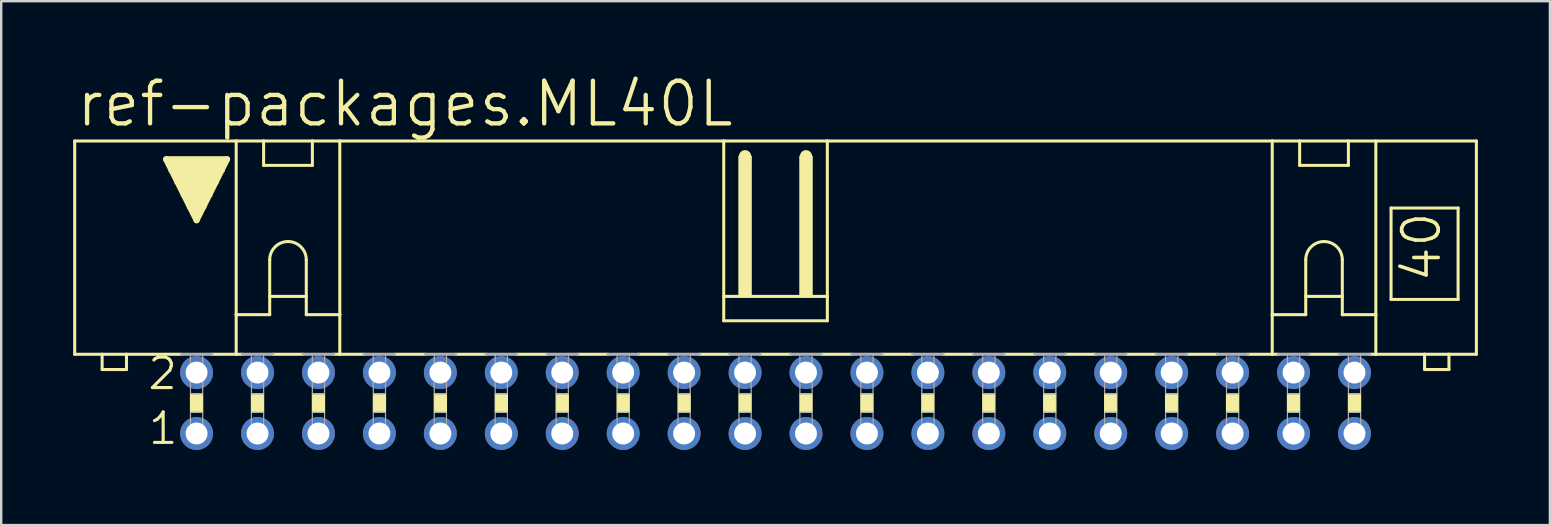
<source format=kicad_pcb>
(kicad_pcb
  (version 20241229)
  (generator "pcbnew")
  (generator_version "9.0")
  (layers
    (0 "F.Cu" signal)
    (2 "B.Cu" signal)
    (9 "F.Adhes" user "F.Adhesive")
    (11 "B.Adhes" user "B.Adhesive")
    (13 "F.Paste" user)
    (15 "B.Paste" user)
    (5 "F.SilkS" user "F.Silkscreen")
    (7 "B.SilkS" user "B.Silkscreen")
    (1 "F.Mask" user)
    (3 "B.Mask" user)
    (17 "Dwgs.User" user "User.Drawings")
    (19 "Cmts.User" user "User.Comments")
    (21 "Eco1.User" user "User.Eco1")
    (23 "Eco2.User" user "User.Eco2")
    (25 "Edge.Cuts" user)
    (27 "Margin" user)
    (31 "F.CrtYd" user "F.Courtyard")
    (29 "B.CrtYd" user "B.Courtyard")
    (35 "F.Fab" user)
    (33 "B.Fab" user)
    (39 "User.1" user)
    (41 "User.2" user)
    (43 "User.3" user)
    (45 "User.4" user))
  (footprint "ref-packages.ML40L"
    (layer "F.Cu")
    (at 29.273 13.748)
    (property "Reference" "ref-packages.ML40L" (at -29.235 -11.43 0) (layer "F.SilkS") (effects (font (size 1.778 1.778) (thickness 0.18)) (justify left bottom)))
    (attr through_hole)
    (fp_line (start -29.21 -2.032) (end -29.21 -10.922) (stroke (width 0.127) (type default)) (layer "F.SilkS"))
    (fp_line (start -29.21 -2.032) (end -28.067 -2.032) (stroke (width 0.127) (type default)) (layer "F.SilkS"))
    (fp_line (start -28.067 -2.032) (end -28.067 -1.397) (stroke (width 0.127) (type default)) (layer "F.SilkS"))
    (fp_line (start -28.067 -2.032) (end -27.051 -2.032) (stroke (width 0.127) (type default)) (layer "F.SilkS"))
    (fp_line (start -27.051 -2.032) (end -24.765 -2.032) (stroke (width 0.127) (type default)) (layer "F.SilkS"))
    (fp_line (start -27.051 -1.397) (end -28.067 -1.397) (stroke (width 0.127) (type default)) (layer "F.SilkS"))
    (fp_line (start -27.051 -1.397) (end -27.051 -2.032) (stroke (width 0.127) (type default)) (layer "F.SilkS"))
    (fp_line (start -25.4 -10.16) (end -22.86 -10.16) (stroke (width 0.254) (type default)) (layer "F.SilkS"))
    (fp_line (start -24.13 -7.62) (end -25.4 -10.16) (stroke (width 0.254) (type default)) (layer "F.SilkS"))
    (fp_line (start -23.495 -2.032) (end -22.479 -2.032) (stroke (width 0.127) (type default)) (layer "F.SilkS"))
    (fp_line (start -22.86 -10.16) (end -24.13 -7.62) (stroke (width 0.254) (type default)) (layer "F.SilkS"))
    (fp_line (start -22.479 -10.922) (end -29.21 -10.922) (stroke (width 0.127) (type default)) (layer "F.SilkS"))
    (fp_line (start -22.479 -10.922) (end -21.336 -10.922) (stroke (width 0.127) (type default)) (layer "F.SilkS"))
    (fp_line (start -22.479 -3.683) (end -22.479 -10.922) (stroke (width 0.127) (type default)) (layer "F.SilkS"))
    (fp_line (start -22.479 -3.683) (end -22.479 -2.032) (stroke (width 0.127) (type default)) (layer "F.SilkS"))
    (fp_line (start -22.479 -3.683) (end -21.082 -3.683) (stroke (width 0.127) (type default)) (layer "F.SilkS"))
    (fp_line (start -22.479 -2.032) (end -22.225 -2.032) (stroke (width 0.127) (type default)) (layer "F.SilkS"))
    (fp_line (start -21.336 -10.922) (end -19.304 -10.922) (stroke (width 0.127) (type default)) (layer "F.SilkS"))
    (fp_line (start -21.336 -9.906) (end -21.336 -10.922) (stroke (width 0.127) (type default)) (layer "F.SilkS"))
    (fp_line (start -21.336 -9.906) (end -19.304 -9.906) (stroke (width 0.127) (type default)) (layer "F.SilkS"))
    (fp_line (start -21.082 -5.969) (end -21.082 -4.445) (stroke (width 0.127) (type default)) (layer "F.SilkS"))
    (fp_line (start -21.082 -4.445) (end -21.082 -3.683) (stroke (width 0.127) (type default)) (layer "F.SilkS"))
    (fp_line (start -21.082 -4.445) (end -19.558 -4.445) (stroke (width 0.127) (type default)) (layer "F.SilkS"))
    (fp_line (start -20.955 -2.032) (end -19.685 -2.032) (stroke (width 0.127) (type default)) (layer "F.SilkS"))
    (fp_line (start -19.558 -5.969) (end -19.558 -4.445) (stroke (width 0.127) (type default)) (layer "F.SilkS"))
    (fp_line (start -19.558 -4.445) (end -19.558 -3.683) (stroke (width 0.127) (type default)) (layer "F.SilkS"))
    (fp_line (start -19.558 -3.683) (end -18.161 -3.683) (stroke (width 0.127) (type default)) (layer "F.SilkS"))
    (fp_line (start -19.304 -10.922) (end -19.304 -9.906) (stroke (width 0.127) (type default)) (layer "F.SilkS"))
    (fp_line (start -19.304 -10.922) (end -18.161 -10.922) (stroke (width 0.127) (type default)) (layer "F.SilkS"))
    (fp_line (start -18.415 -2.032) (end -18.161 -2.032) (stroke (width 0.127) (type default)) (layer "F.SilkS"))
    (fp_line (start -18.161 -10.922) (end -2.159 -10.922) (stroke (width 0.127) (type default)) (layer "F.SilkS"))
    (fp_line (start -18.161 -3.683) (end -18.161 -10.922) (stroke (width 0.127) (type default)) (layer "F.SilkS"))
    (fp_line (start -18.161 -3.683) (end -18.161 -2.032) (stroke (width 0.127) (type default)) (layer "F.SilkS"))
    (fp_line (start -18.161 -2.032) (end -17.145 -2.032) (stroke (width 0.127) (type default)) (layer "F.SilkS"))
    (fp_line (start -15.875 -2.032) (end -14.605 -2.032) (stroke (width 0.127) (type default)) (layer "F.SilkS"))
    (fp_line (start -13.335 -2.032) (end -12.065 -2.032) (stroke (width 0.127) (type default)) (layer "F.SilkS"))
    (fp_line (start -10.795 -2.032) (end -9.525 -2.032) (stroke (width 0.127) (type default)) (layer "F.SilkS"))
    (fp_line (start -8.255 -2.032) (end -6.985 -2.032) (stroke (width 0.127) (type default)) (layer "F.SilkS"))
    (fp_line (start -5.715 -2.032) (end -4.445 -2.032) (stroke (width 0.127) (type default)) (layer "F.SilkS"))
    (fp_line (start -3.175 -2.032) (end -1.905 -2.032) (stroke (width 0.127) (type default)) (layer "F.SilkS"))
    (fp_line (start -2.159 -10.922) (end -2.159 -4.445) (stroke (width 0.127) (type default)) (layer "F.SilkS"))
    (fp_line (start -2.159 -10.922) (end 2.159 -10.922) (stroke (width 0.127) (type default)) (layer "F.SilkS"))
    (fp_line (start -2.159 -4.445) (end -2.159 -3.429) (stroke (width 0.127) (type default)) (layer "F.SilkS"))
    (fp_line (start -1.27 -10.033) (end -1.27 -10.287) (stroke (width 0.508) (type default)) (layer "F.SilkS"))
    (fp_line (start -0.635 -2.032) (end 0.635 -2.032) (stroke (width 0.127) (type default)) (layer "F.SilkS"))
    (fp_line (start 1.27 -10.033) (end 1.27 -10.287) (stroke (width 0.508) (type default)) (layer "F.SilkS"))
    (fp_line (start 1.905 -2.032) (end 3.175 -2.032) (stroke (width 0.127) (type default)) (layer "F.SilkS"))
    (fp_line (start 2.159 -10.922) (end 2.159 -4.445) (stroke (width 0.127) (type default)) (layer "F.SilkS"))
    (fp_line (start 2.159 -10.922) (end 20.701 -10.922) (stroke (width 0.127) (type default)) (layer "F.SilkS"))
    (fp_line (start 2.159 -4.445) (end -2.159 -4.445) (stroke (width 0.127) (type default)) (layer "F.SilkS"))
    (fp_line (start 2.159 -4.445) (end 2.159 -3.429) (stroke (width 0.127) (type default)) (layer "F.SilkS"))
    (fp_line (start 2.159 -3.429) (end -2.159 -3.429) (stroke (width 0.127) (type default)) (layer "F.SilkS"))
    (fp_line (start 4.445 -2.032) (end 5.715 -2.032) (stroke (width 0.127) (type default)) (layer "F.SilkS"))
    (fp_line (start 6.985 -2.032) (end 8.255 -2.032) (stroke (width 0.127) (type default)) (layer "F.SilkS"))
    (fp_line (start 9.525 -2.032) (end 10.795 -2.032) (stroke (width 0.127) (type default)) (layer "F.SilkS"))
    (fp_line (start 12.065 -2.032) (end 13.335 -2.032) (stroke (width 0.127) (type default)) (layer "F.SilkS"))
    (fp_line (start 14.605 -2.032) (end 15.875 -2.032) (stroke (width 0.127) (type default)) (layer "F.SilkS"))
    (fp_line (start 17.145 -2.032) (end 18.415 -2.032) (stroke (width 0.127) (type default)) (layer "F.SilkS"))
    (fp_line (start 19.685 -2.032) (end 20.701 -2.032) (stroke (width 0.127) (type default)) (layer "F.SilkS"))
    (fp_line (start 20.701 -10.922) (end 29.21 -10.922) (stroke (width 0.127) (type default)) (layer "F.SilkS"))
    (fp_line (start 20.701 -3.683) (end 20.701 -10.922) (stroke (width 0.127) (type default)) (layer "F.SilkS"))
    (fp_line (start 20.701 -3.683) (end 20.701 -2.032) (stroke (width 0.127) (type default)) (layer "F.SilkS"))
    (fp_line (start 20.701 -3.683) (end 22.098 -3.683) (stroke (width 0.127) (type default)) (layer "F.SilkS"))
    (fp_line (start 20.701 -2.032) (end 20.955 -2.032) (stroke (width 0.127) (type default)) (layer "F.SilkS"))
    (fp_line (start 21.844 -9.906) (end 21.844 -10.922) (stroke (width 0.127) (type default)) (layer "F.SilkS"))
    (fp_line (start 21.844 -9.906) (end 23.876 -9.906) (stroke (width 0.127) (type default)) (layer "F.SilkS"))
    (fp_line (start 22.098 -5.969) (end 22.098 -4.445) (stroke (width 0.127) (type default)) (layer "F.SilkS"))
    (fp_line (start 22.098 -4.445) (end 22.098 -3.683) (stroke (width 0.127) (type default)) (layer "F.SilkS"))
    (fp_line (start 22.098 -4.445) (end 23.622 -4.445) (stroke (width 0.127) (type default)) (layer "F.SilkS"))
    (fp_line (start 22.225 -2.032) (end 23.495 -2.032) (stroke (width 0.127) (type default)) (layer "F.SilkS"))
    (fp_line (start 23.622 -5.969) (end 23.622 -4.445) (stroke (width 0.127) (type default)) (layer "F.SilkS"))
    (fp_line (start 23.622 -4.445) (end 23.622 -3.683) (stroke (width 0.127) (type default)) (layer "F.SilkS"))
    (fp_line (start 23.622 -3.683) (end 25.019 -3.683) (stroke (width 0.127) (type default)) (layer "F.SilkS"))
    (fp_line (start 23.876 -10.922) (end 23.876 -9.906) (stroke (width 0.127) (type default)) (layer "F.SilkS"))
    (fp_line (start 25.019 -3.683) (end 25.019 -10.922) (stroke (width 0.127) (type default)) (layer "F.SilkS"))
    (fp_line (start 25.019 -3.683) (end 25.019 -2.032) (stroke (width 0.127) (type default)) (layer "F.SilkS"))
    (fp_line (start 25.019 -2.032) (end 24.765 -2.032) (stroke (width 0.127) (type default)) (layer "F.SilkS"))
    (fp_line (start 25.654 -8.128) (end 25.654 -4.318) (stroke (width 0.127) (type default)) (layer "F.SilkS"))
    (fp_line (start 25.654 -8.128) (end 28.448 -8.128) (stroke (width 0.127) (type default)) (layer "F.SilkS"))
    (fp_line (start 25.654 -4.318) (end 28.448 -4.318) (stroke (width 0.127) (type default)) (layer "F.SilkS"))
    (fp_line (start 27.051 -2.032) (end 25.019 -2.032) (stroke (width 0.127) (type default)) (layer "F.SilkS"))
    (fp_line (start 27.051 -2.032) (end 27.051 -1.397) (stroke (width 0.127) (type default)) (layer "F.SilkS"))
    (fp_line (start 28.067 -2.032) (end 27.051 -2.032) (stroke (width 0.127) (type default)) (layer "F.SilkS"))
    (fp_line (start 28.067 -1.397) (end 27.051 -1.397) (stroke (width 0.127) (type default)) (layer "F.SilkS"))
    (fp_line (start 28.067 -1.397) (end 28.067 -2.032) (stroke (width 0.127) (type default)) (layer "F.SilkS"))
    (fp_line (start 28.448 -4.318) (end 28.448 -8.128) (stroke (width 0.127) (type default)) (layer "F.SilkS"))
    (fp_line (start 29.21 -2.032) (end 28.067 -2.032) (stroke (width 0.127) (type default)) (layer "F.SilkS"))
    (fp_line (start 29.21 -2.032) (end 29.21 -10.922) (stroke (width 0.127) (type default)) (layer "F.SilkS"))
    (fp_rect (start -25.273 -9.652) (end -22.987 -10.16) (stroke (width 0.05) (type default)) (fill yes) (layer "F.SilkS"))
    (fp_rect (start -25.019 -9.144) (end -23.241 -9.652) (stroke (width 0.05) (type default)) (fill yes) (layer "F.SilkS"))
    (fp_rect (start -24.765 -8.636) (end -23.495 -9.144) (stroke (width 0.05) (type default)) (fill yes) (layer "F.SilkS"))
    (fp_rect (start -24.511 -8.128) (end -23.749 -8.636) (stroke (width 0.05) (type default)) (fill yes) (layer "F.SilkS"))
    (fp_rect (start -24.384 0.381) (end -23.876 -0.381) (stroke (width 0.05) (type default)) (fill yes) (layer "F.SilkS"))
    (fp_rect (start -24.257 -7.874) (end -24.003 -8.128) (stroke (width 0.05) (type default)) (fill yes) (layer "F.SilkS"))
    (fp_rect (start -21.844 0.381) (end -21.336 -0.381) (stroke (width 0.05) (type default)) (fill yes) (layer "F.SilkS"))
    (fp_rect (start -19.304 0.381) (end -18.796 -0.381) (stroke (width 0.05) (type default)) (fill yes) (layer "F.SilkS"))
    (fp_rect (start -16.764 0.381) (end -16.256 -0.381) (stroke (width 0.05) (type default)) (fill yes) (layer "F.SilkS"))
    (fp_rect (start -14.224 0.381) (end -13.716 -0.381) (stroke (width 0.05) (type default)) (fill yes) (layer "F.SilkS"))
    (fp_rect (start -11.684 0.381) (end -11.176 -0.381) (stroke (width 0.05) (type default)) (fill yes) (layer "F.SilkS"))
    (fp_rect (start -9.144 0.381) (end -8.636 -0.381) (stroke (width 0.05) (type default)) (fill yes) (layer "F.SilkS"))
    (fp_rect (start -6.604 0.381) (end -6.096 -0.381) (stroke (width 0.05) (type default)) (fill yes) (layer "F.SilkS"))
    (fp_rect (start -4.064 0.381) (end -3.556 -0.381) (stroke (width 0.05) (type default)) (fill yes) (layer "F.SilkS"))
    (fp_rect (start -1.524 -4.445) (end -1.016 -10.287) (stroke (width 0.05) (type default)) (fill yes) (layer "F.SilkS"))
    (fp_rect (start -1.524 0.381) (end -1.016 -0.381) (stroke (width 0.05) (type default)) (fill yes) (layer "F.SilkS"))
    (fp_rect (start 1.016 -4.445) (end 1.524 -10.287) (stroke (width 0.05) (type default)) (fill yes) (layer "F.SilkS"))
    (fp_rect (start 1.016 0.381) (end 1.524 -0.381) (stroke (width 0.05) (type default)) (fill yes) (layer "F.SilkS"))
    (fp_rect (start 3.556 0.381) (end 4.064 -0.381) (stroke (width 0.05) (type default)) (fill yes) (layer "F.SilkS"))
    (fp_rect (start 6.096 0.381) (end 6.604 -0.381) (stroke (width 0.05) (type default)) (fill yes) (layer "F.SilkS"))
    (fp_rect (start 8.636 0.381) (end 9.144 -0.381) (stroke (width 0.05) (type default)) (fill yes) (layer "F.SilkS"))
    (fp_rect (start 11.176 0.381) (end 11.684 -0.381) (stroke (width 0.05) (type default)) (fill yes) (layer "F.SilkS"))
    (fp_rect (start 13.716 0.381) (end 14.224 -0.381) (stroke (width 0.05) (type default)) (fill yes) (layer "F.SilkS"))
    (fp_rect (start 16.256 0.381) (end 16.764 -0.381) (stroke (width 0.05) (type default)) (fill yes) (layer "F.SilkS"))
    (fp_rect (start 18.796 0.381) (end 19.304 -0.381) (stroke (width 0.05) (type default)) (fill yes) (layer "F.SilkS"))
    (fp_rect (start 21.336 0.381) (end 21.844 -0.381) (stroke (width 0.05) (type default)) (fill yes) (layer "F.SilkS"))
    (fp_rect (start 23.876 0.381) (end 24.384 -0.381) (stroke (width 0.05) (type default)) (fill yes) (layer "F.SilkS"))
    (fp_arc (start -21.082 -5.969) (mid -20.32 -6.731) (end -19.558 -5.969) (stroke (width 0.127) (type default)) (layer "F.SilkS"))
    (fp_arc (start 22.098 -5.969) (mid 22.86 -6.731) (end 23.622 -5.969) (stroke (width 0.127) (type default)) (layer "F.SilkS"))
    (fp_line (start -24.765 -2.032) (end -23.495 -2.032) (stroke (width 0.127) (type default)) (layer "F.Fab"))
    (fp_line (start -22.225 -2.032) (end -20.955 -2.032) (stroke (width 0.127) (type default)) (layer "F.Fab"))
    (fp_line (start -19.685 -2.032) (end -18.415 -2.032) (stroke (width 0.127) (type default)) (layer "F.Fab"))
    (fp_line (start -17.145 -2.032) (end -15.875 -2.032) (stroke (width 0.127) (type default)) (layer "F.Fab"))
    (fp_line (start -14.605 -2.032) (end -13.335 -2.032) (stroke (width 0.127) (type default)) (layer "F.Fab"))
    (fp_line (start -12.065 -2.032) (end -10.795 -2.032) (stroke (width 0.127) (type default)) (layer "F.Fab"))
    (fp_line (start -9.525 -2.032) (end -8.255 -2.032) (stroke (width 0.127) (type default)) (layer "F.Fab"))
    (fp_line (start -6.985 -2.032) (end -5.715 -2.032) (stroke (width 0.127) (type default)) (layer "F.Fab"))
    (fp_line (start -4.445 -2.032) (end -3.175 -2.032) (stroke (width 0.127) (type default)) (layer "F.Fab"))
    (fp_line (start -1.905 -2.032) (end -0.635 -2.032) (stroke (width 0.127) (type default)) (layer "F.Fab"))
    (fp_line (start 0.635 -2.032) (end 1.905 -2.032) (stroke (width 0.127) (type default)) (layer "F.Fab"))
    (fp_line (start 3.175 -2.032) (end 4.445 -2.032) (stroke (width 0.127) (type default)) (layer "F.Fab"))
    (fp_line (start 5.715 -2.032) (end 6.985 -2.032) (stroke (width 0.127) (type default)) (layer "F.Fab"))
    (fp_line (start 8.255 -2.032) (end 9.525 -2.032) (stroke (width 0.127) (type default)) (layer "F.Fab"))
    (fp_line (start 10.795 -2.032) (end 12.065 -2.032) (stroke (width 0.127) (type default)) (layer "F.Fab"))
    (fp_line (start 13.335 -2.032) (end 14.605 -2.032) (stroke (width 0.127) (type default)) (layer "F.Fab"))
    (fp_line (start 15.875 -2.032) (end 17.145 -2.032) (stroke (width 0.127) (type default)) (layer "F.Fab"))
    (fp_line (start 19.685 -2.032) (end 18.415 -2.032) (stroke (width 0.127) (type default)) (layer "F.Fab"))
    (fp_line (start 22.225 -2.032) (end 20.955 -2.032) (stroke (width 0.127) (type default)) (layer "F.Fab"))
    (fp_line (start 24.765 -2.032) (end 23.495 -2.032) (stroke (width 0.127) (type default)) (layer "F.Fab"))
    (fp_rect (start -24.384 -0.381) (end -23.876 -2.032) (stroke (width 0.05) (type default)) (fill no) (layer "F.Fab"))
    (fp_rect (start -24.384 1.524) (end -23.876 0.381) (stroke (width 0.05) (type default)) (fill no) (layer "F.Fab"))
    (fp_rect (start -21.844 -0.381) (end -21.336 -2.032) (stroke (width 0.05) (type default)) (fill no) (layer "F.Fab"))
    (fp_rect (start -21.844 1.524) (end -21.336 0.381) (stroke (width 0.05) (type default)) (fill no) (layer "F.Fab"))
    (fp_rect (start -19.304 -0.381) (end -18.796 -2.032) (stroke (width 0.05) (type default)) (fill no) (layer "F.Fab"))
    (fp_rect (start -19.304 1.524) (end -18.796 0.381) (stroke (width 0.05) (type default)) (fill no) (layer "F.Fab"))
    (fp_rect (start -16.764 -0.381) (end -16.256 -2.032) (stroke (width 0.05) (type default)) (fill no) (layer "F.Fab"))
    (fp_rect (start -16.764 1.524) (end -16.256 0.381) (stroke (width 0.05) (type default)) (fill no) (layer "F.Fab"))
    (fp_rect (start -14.224 -0.381) (end -13.716 -2.032) (stroke (width 0.05) (type default)) (fill no) (layer "F.Fab"))
    (fp_rect (start -14.224 1.524) (end -13.716 0.381) (stroke (width 0.05) (type default)) (fill no) (layer "F.Fab"))
    (fp_rect (start -11.684 -0.381) (end -11.176 -2.032) (stroke (width 0.05) (type default)) (fill no) (layer "F.Fab"))
    (fp_rect (start -11.684 1.524) (end -11.176 0.381) (stroke (width 0.05) (type default)) (fill no) (layer "F.Fab"))
    (fp_rect (start -9.144 -0.381) (end -8.636 -2.032) (stroke (width 0.05) (type default)) (fill no) (layer "F.Fab"))
    (fp_rect (start -9.144 1.524) (end -8.636 0.381) (stroke (width 0.05) (type default)) (fill no) (layer "F.Fab"))
    (fp_rect (start -6.604 -0.381) (end -6.096 -2.032) (stroke (width 0.05) (type default)) (fill no) (layer "F.Fab"))
    (fp_rect (start -6.604 1.524) (end -6.096 0.381) (stroke (width 0.05) (type default)) (fill no) (layer "F.Fab"))
    (fp_rect (start -4.064 -0.381) (end -3.556 -2.032) (stroke (width 0.05) (type default)) (fill no) (layer "F.Fab"))
    (fp_rect (start -4.064 1.524) (end -3.556 0.381) (stroke (width 0.05) (type default)) (fill no) (layer "F.Fab"))
    (fp_rect (start -1.524 -0.381) (end -1.016 -2.032) (stroke (width 0.05) (type default)) (fill no) (layer "F.Fab"))
    (fp_rect (start -1.524 1.524) (end -1.016 0.381) (stroke (width 0.05) (type default)) (fill no) (layer "F.Fab"))
    (fp_rect (start 1.016 -0.381) (end 1.524 -2.032) (stroke (width 0.05) (type default)) (fill no) (layer "F.Fab"))
    (fp_rect (start 1.016 1.524) (end 1.524 0.381) (stroke (width 0.05) (type default)) (fill no) (layer "F.Fab"))
    (fp_rect (start 3.556 -0.381) (end 4.064 -2.032) (stroke (width 0.05) (type default)) (fill no) (layer "F.Fab"))
    (fp_rect (start 3.556 1.524) (end 4.064 0.381) (stroke (width 0.05) (type default)) (fill no) (layer "F.Fab"))
    (fp_rect (start 6.096 -0.381) (end 6.604 -2.032) (stroke (width 0.05) (type default)) (fill no) (layer "F.Fab"))
    (fp_rect (start 6.096 1.524) (end 6.604 0.381) (stroke (width 0.05) (type default)) (fill no) (layer "F.Fab"))
    (fp_rect (start 8.636 -0.381) (end 9.144 -2.032) (stroke (width 0.05) (type default)) (fill no) (layer "F.Fab"))
    (fp_rect (start 8.636 1.524) (end 9.144 0.381) (stroke (width 0.05) (type default)) (fill no) (layer "F.Fab"))
    (fp_rect (start 11.176 -0.381) (end 11.684 -2.032) (stroke (width 0.05) (type default)) (fill no) (layer "F.Fab"))
    (fp_rect (start 11.176 1.524) (end 11.684 0.381) (stroke (width 0.05) (type default)) (fill no) (layer "F.Fab"))
    (fp_rect (start 13.716 -0.381) (end 14.224 -2.032) (stroke (width 0.05) (type default)) (fill no) (layer "F.Fab"))
    (fp_rect (start 13.716 1.524) (end 14.224 0.381) (stroke (width 0.05) (type default)) (fill no) (layer "F.Fab"))
    (fp_rect (start 16.256 -0.381) (end 16.764 -2.032) (stroke (width 0.05) (type default)) (fill no) (layer "F.Fab"))
    (fp_rect (start 16.256 1.524) (end 16.764 0.381) (stroke (width 0.05) (type default)) (fill no) (layer "F.Fab"))
    (fp_rect (start 18.796 -0.381) (end 19.304 -2.032) (stroke (width 0.05) (type default)) (fill no) (layer "F.Fab"))
    (fp_rect (start 18.796 1.524) (end 19.304 0.381) (stroke (width 0.05) (type default)) (fill no) (layer "F.Fab"))
    (fp_rect (start 21.336 -0.381) (end 21.844 -2.032) (stroke (width 0.05) (type default)) (fill no) (layer "F.Fab"))
    (fp_rect (start 21.336 1.524) (end 21.844 0.381) (stroke (width 0.05) (type default)) (fill no) (layer "F.Fab"))
    (fp_rect (start 23.876 -0.381) (end 24.384 -2.032) (stroke (width 0.05) (type default)) (fill no) (layer "F.Fab"))
    (fp_rect (start 23.876 1.524) (end 24.384 0.381) (stroke (width 0.05) (type default)) (fill no) (layer "F.Fab"))
    (fp_text user "1" (at -26.213 1.803 0) (layer "F.SilkS") (effects (font (size 1.27 1.27) (thickness 0.13)) (justify left bottom)))
    (fp_text user "2" (at -26.238 -0.483 0) (layer "F.SilkS") (effects (font (size 1.27 1.27) (thickness 0.13)) (justify left bottom)))
    (fp_text user "40" (at 27.813 -4.953 90) (layer "F.SilkS") (effects (font (size 1.524 1.524) (thickness 0.15)) (justify left bottom)))
    (pad "1" thru_hole circle (at -24.13 1.27) (size 1.372 1.372) (drill 0.914) (layers "*.Cu" "*.Mask"))
    (pad "2" thru_hole circle (at -24.13 -1.27) (size 1.372 1.372) (drill 0.914) (layers "*.Cu" "*.Mask"))
    (pad "3" thru_hole circle (at -21.59 1.27) (size 1.372 1.372) (drill 0.914) (layers "*.Cu" "*.Mask"))
    (pad "4" thru_hole circle (at -21.59 -1.27) (size 1.372 1.372) (drill 0.914) (layers "*.Cu" "*.Mask"))
    (pad "5" thru_hole circle (at -19.05 1.27) (size 1.372 1.372) (drill 0.914) (layers "*.Cu" "*.Mask"))
    (pad "6" thru_hole circle (at -19.05 -1.27) (size 1.372 1.372) (drill 0.914) (layers "*.Cu" "*.Mask"))
    (pad "7" thru_hole circle (at -16.51 1.27) (size 1.372 1.372) (drill 0.914) (layers "*.Cu" "*.Mask"))
    (pad "8" thru_hole circle (at -16.51 -1.27) (size 1.372 1.372) (drill 0.914) (layers "*.Cu" "*.Mask"))
    (pad "9" thru_hole circle (at -13.97 1.27) (size 1.372 1.372) (drill 0.914) (layers "*.Cu" "*.Mask"))
    (pad "10" thru_hole circle (at -13.97 -1.27) (size 1.372 1.372) (drill 0.914) (layers "*.Cu" "*.Mask"))
    (pad "11" thru_hole circle (at -11.43 1.27) (size 1.372 1.372) (drill 0.914) (layers "*.Cu" "*.Mask"))
    (pad "12" thru_hole circle (at -11.43 -1.27) (size 1.372 1.372) (drill 0.914) (layers "*.Cu" "*.Mask"))
    (pad "13" thru_hole circle (at -8.89 1.27) (size 1.372 1.372) (drill 0.914) (layers "*.Cu" "*.Mask"))
    (pad "14" thru_hole circle (at -8.89 -1.27) (size 1.372 1.372) (drill 0.914) (layers "*.Cu" "*.Mask"))
    (pad "15" thru_hole circle (at -6.35 1.27) (size 1.372 1.372) (drill 0.914) (layers "*.Cu" "*.Mask"))
    (pad "16" thru_hole circle (at -6.35 -1.27) (size 1.372 1.372) (drill 0.914) (layers "*.Cu" "*.Mask"))
    (pad "17" thru_hole circle (at -3.81 1.27) (size 1.372 1.372) (drill 0.914) (layers "*.Cu" "*.Mask"))
    (pad "18" thru_hole circle (at -3.81 -1.27) (size 1.372 1.372) (drill 0.914) (layers "*.Cu" "*.Mask"))
    (pad "19" thru_hole circle (at -1.27 1.27) (size 1.372 1.372) (drill 0.914) (layers "*.Cu" "*.Mask"))
    (pad "20" thru_hole circle (at -1.27 -1.27) (size 1.372 1.372) (drill 0.914) (layers "*.Cu" "*.Mask"))
    (pad "21" thru_hole circle (at 1.27 1.27) (size 1.372 1.372) (drill 0.914) (layers "*.Cu" "*.Mask"))
    (pad "22" thru_hole circle (at 1.27 -1.27) (size 1.372 1.372) (drill 0.914) (layers "*.Cu" "*.Mask"))
    (pad "23" thru_hole circle (at 3.81 1.27) (size 1.372 1.372) (drill 0.914) (layers "*.Cu" "*.Mask"))
    (pad "24" thru_hole circle (at 3.81 -1.27) (size 1.372 1.372) (drill 0.914) (layers "*.Cu" "*.Mask"))
    (pad "25" thru_hole circle (at 6.35 1.27) (size 1.372 1.372) (drill 0.914) (layers "*.Cu" "*.Mask"))
    (pad "26" thru_hole circle (at 6.35 -1.27) (size 1.372 1.372) (drill 0.914) (layers "*.Cu" "*.Mask"))
    (pad "27" thru_hole circle (at 8.89 1.27) (size 1.372 1.372) (drill 0.914) (layers "*.Cu" "*.Mask"))
    (pad "28" thru_hole circle (at 8.89 -1.27) (size 1.372 1.372) (drill 0.914) (layers "*.Cu" "*.Mask"))
    (pad "29" thru_hole circle (at 11.43 1.27) (size 1.372 1.372) (drill 0.914) (layers "*.Cu" "*.Mask"))
    (pad "30" thru_hole circle (at 11.43 -1.27) (size 1.372 1.372) (drill 0.914) (layers "*.Cu" "*.Mask"))
    (pad "31" thru_hole circle (at 13.97 1.27) (size 1.372 1.372) (drill 0.914) (layers "*.Cu" "*.Mask"))
    (pad "32" thru_hole circle (at 13.97 -1.27) (size 1.372 1.372) (drill 0.914) (layers "*.Cu" "*.Mask"))
    (pad "33" thru_hole circle (at 16.51 1.27) (size 1.372 1.372) (drill 0.914) (layers "*.Cu" "*.Mask"))
    (pad "34" thru_hole circle (at 16.51 -1.27) (size 1.372 1.372) (drill 0.914) (layers "*.Cu" "*.Mask"))
    (pad "35" thru_hole circle (at 19.05 1.27) (size 1.372 1.372) (drill 0.914) (layers "*.Cu" "*.Mask"))
    (pad "36" thru_hole circle (at 19.05 -1.27) (size 1.372 1.372) (drill 0.914) (layers "*.Cu" "*.Mask"))
    (pad "37" thru_hole circle (at 21.59 1.27) (size 1.372 1.372) (drill 0.914) (layers "*.Cu" "*.Mask"))
    (pad "38" thru_hole circle (at 21.59 -1.27) (size 1.372 1.372) (drill 0.914) (layers "*.Cu" "*.Mask"))
    (pad "39" thru_hole circle (at 24.13 1.27) (size 1.372 1.372) (drill 0.914) (layers "*.Cu" "*.Mask"))
    (pad "40" thru_hole circle (at 24.13 -1.27) (size 1.372 1.372) (drill 0.914) (layers "*.Cu" "*.Mask")))
  (gr_rect
    (start -3 -3)
    (end 61.547 18.834)
    (stroke (width 0.1) (type default))
    (fill no)
    (layer "Edge.Cuts")))
</source>
